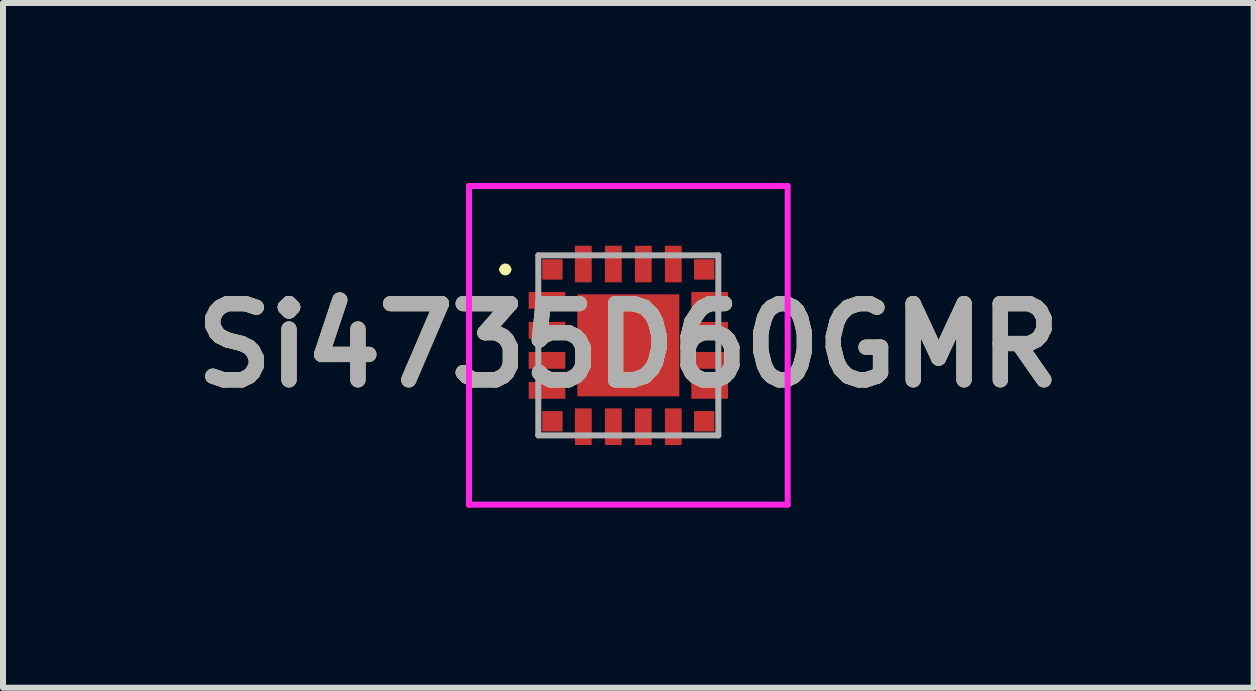
<source format=kicad_pcb>
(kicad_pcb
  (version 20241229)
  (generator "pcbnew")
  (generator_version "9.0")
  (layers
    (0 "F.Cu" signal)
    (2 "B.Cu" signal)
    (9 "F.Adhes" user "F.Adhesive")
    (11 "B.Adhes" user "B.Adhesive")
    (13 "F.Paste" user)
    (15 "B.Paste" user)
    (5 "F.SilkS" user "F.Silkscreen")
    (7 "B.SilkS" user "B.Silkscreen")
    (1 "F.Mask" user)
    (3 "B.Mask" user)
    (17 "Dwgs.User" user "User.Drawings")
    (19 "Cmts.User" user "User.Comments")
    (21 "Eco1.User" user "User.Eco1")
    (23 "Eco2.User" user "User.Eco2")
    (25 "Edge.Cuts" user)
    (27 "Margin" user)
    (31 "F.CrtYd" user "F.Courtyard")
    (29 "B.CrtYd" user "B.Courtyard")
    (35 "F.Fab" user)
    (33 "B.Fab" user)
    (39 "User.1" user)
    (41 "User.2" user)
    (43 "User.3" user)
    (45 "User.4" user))
  (footprint "Si4735D60GMR"
    (layer "F.Cu")
    (at 7.42 2.705)
    (property "Reference" "Si4735D60GMR" (at 0 0 0) (layer "F.SilkS") (effects (font (size 1.27 1.27) (thickness 0.254))))
    (attr smd)
    (fp_line (start -2.1 -1.265) (end -2.1 -1.265) (stroke (width 0.1) (type solid)) (layer "F.SilkS"))
    (fp_line (start -2 -1.265) (end -2 -1.265) (stroke (width 0.1) (type solid)) (layer "F.SilkS"))
    (fp_arc (start -2.1 -1.265) (mid -2.05 -1.315) (end -2 -1.265) (stroke (width 0.1) (type solid)) (layer "F.SilkS"))
    (fp_arc (start -2 -1.265) (mid -2.05 -1.215) (end -2.1 -1.265) (stroke (width 0.1) (type solid)) (layer "F.SilkS"))
    (fp_line (start -2.655 -2.655) (end 2.655 -2.655) (stroke (width 0.1) (type solid)) (layer "F.CrtYd"))
    (fp_line (start -2.655 2.655) (end -2.655 -2.655) (stroke (width 0.1) (type solid)) (layer "F.CrtYd"))
    (fp_line (start 2.655 -2.655) (end 2.655 2.655) (stroke (width 0.1) (type solid)) (layer "F.CrtYd"))
    (fp_line (start 2.655 2.655) (end -2.655 2.655) (stroke (width 0.1) (type solid)) (layer "F.CrtYd"))
    (fp_line (start -1.5 -1.5) (end 1.5 -1.5) (stroke (width 0.1) (type solid)) (layer "F.Fab"))
    (fp_line (start -1.5 1.5) (end -1.5 -1.5) (stroke (width 0.1) (type solid)) (layer "F.Fab"))
    (fp_line (start 1.5 -1.5) (end 1.5 1.5) (stroke (width 0.1) (type solid)) (layer "F.Fab"))
    (fp_line (start 1.5 1.5) (end -1.5 1.5) (stroke (width 0.1) (type solid)) (layer "F.Fab"))
    (fp_text user "${REFERENCE}" (at 0 0 0) (layer "F.Fab") (effects (font (size 1.27 1.27) (thickness 0.254))))
    (pad "1" smd rect (at -1.265 -1.265 90) (size 0.34 0.34) (layers "F.Cu" "F.Mask" "F.Paste"))
    (pad "2" smd rect (at -1.355 -0.75 90) (size 0.28 0.61) (layers "F.Cu" "F.Mask" "F.Paste"))
    (pad "3" smd rect (at -1.355 -0.25 90) (size 0.28 0.61) (layers "F.Cu" "F.Mask" "F.Paste"))
    (pad "4" smd rect (at -1.355 0.25 90) (size 0.28 0.61) (layers "F.Cu" "F.Mask" "F.Paste"))
    (pad "5" smd rect (at -1.355 0.75 90) (size 0.28 0.61) (layers "F.Cu" "F.Mask" "F.Paste"))
    (pad "6" smd rect (at -1.265 1.265 90) (size 0.34 0.34) (layers "F.Cu" "F.Mask" "F.Paste"))
    (pad "7" smd rect (at -0.75 1.355) (size 0.28 0.61) (layers "F.Cu" "F.Mask" "F.Paste"))
    (pad "8" smd rect (at -0.25 1.355) (size 0.28 0.61) (layers "F.Cu" "F.Mask" "F.Paste"))
    (pad "9" smd rect (at 0.25 1.355) (size 0.28 0.61) (layers "F.Cu" "F.Mask" "F.Paste"))
    (pad "10" smd rect (at 0.75 1.355) (size 0.28 0.61) (layers "F.Cu" "F.Mask" "F.Paste"))
    (pad "11" smd rect (at 1.265 1.265 90) (size 0.34 0.34) (layers "F.Cu" "F.Mask" "F.Paste"))
    (pad "12" smd rect (at 1.355 0.75 90) (size 0.28 0.61) (layers "F.Cu" "F.Mask" "F.Paste"))
    (pad "13" smd rect (at 1.355 0.25 90) (size 0.28 0.61) (layers "F.Cu" "F.Mask" "F.Paste"))
    (pad "14" smd rect (at 1.355 -0.25 90) (size 0.28 0.61) (layers "F.Cu" "F.Mask" "F.Paste"))
    (pad "15" smd rect (at 1.355 -0.75 90) (size 0.28 0.61) (layers "F.Cu" "F.Mask" "F.Paste"))
    (pad "16" smd rect (at 1.265 -1.265 90) (size 0.34 0.34) (layers "F.Cu" "F.Mask" "F.Paste"))
    (pad "17" smd rect (at 0.75 -1.355) (size 0.28 0.61) (layers "F.Cu" "F.Mask" "F.Paste"))
    (pad "18" smd rect (at 0.25 -1.355) (size 0.28 0.61) (layers "F.Cu" "F.Mask" "F.Paste"))
    (pad "19" smd rect (at -0.25 -1.355) (size 0.28 0.61) (layers "F.Cu" "F.Mask" "F.Paste"))
    (pad "20" smd rect (at -0.75 -1.355) (size 0.28 0.61) (layers "F.Cu" "F.Mask" "F.Paste"))
    (pad "21" smd rect (at 0 0) (size 1.7 1.7) (layers "F.Cu" "F.Mask" "F.Paste")))
  (gr_rect
    (start -3 -3)
    (end 17.841 8.41)
    (stroke (width 0.1) (type default))
    (fill no)
    (layer "Edge.Cuts")))
</source>
